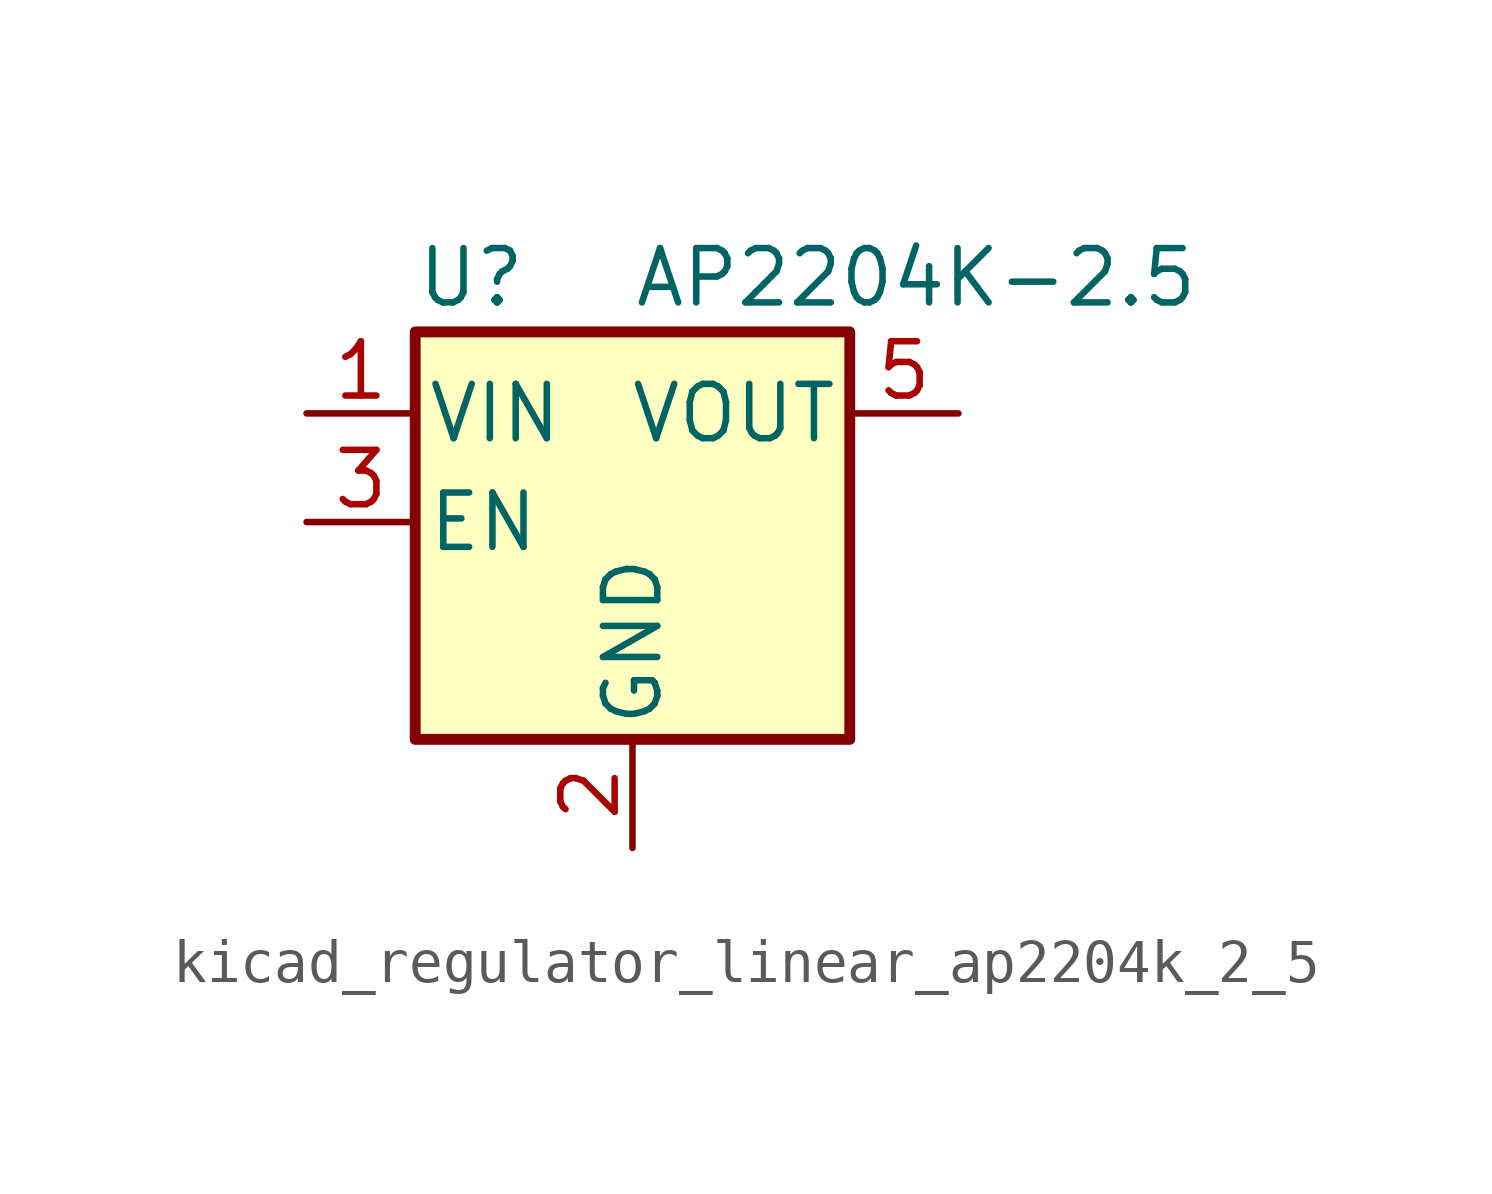
<source format=kicad_sym>
(kicad_symbol_lib
  (version 20220914)
  (generator kicad_symbol_editor)
  (symbol "kicad_regulator_linear_ap2204k_2_5"
    (pin_names
      (offset 0.254))
    (property "Reference" "U"
      (at -5.08 5.715 0)
      (effects (font (size 1.27 1.27)) (justify left)))
    (property "Value" "AP2204K-2.5"
      (at 0 5.715 0)
      (effects (font (size 1.27 1.27)) (justify left)))
    (symbol "kicad_regulator_linear_ap2204k_2_5_0_1"
      (rectangle (start -5.08 4.445) (end 5.08 -5.08) (stroke (width 0.254) (type default)) (fill (type background))))
    (symbol "kicad_regulator_linear_ap2204k_2_5_1_1"
      (pin power_in line (at -7.62 2.54 0) (length 2.54) (name "VIN" (effects (font (size 1.27 1.27)))) (number "1" (effects (font (size 1.27 1.27)))))
      (pin power_in line (at 0 -7.62 90) (length 2.54) (name "GND" (effects (font (size 1.27 1.27)))) (number "2" (effects (font (size 1.27 1.27)))))
      (pin input line (at -7.62 0 0) (length 2.54) (name "EN" (effects (font (size 1.27 1.27)))) (number "3" (effects (font (size 1.27 1.27)))))
      (pin no_connect line (at 5.08 0 180) (length 2.54) hide (name "NC" (effects (font (size 1.27 1.27)))) (number "4" (effects (font (size 1.27 1.27)))))
      (pin power_out line (at 7.62 2.54 180) (length 2.54) (name "VOUT" (effects (font (size 1.27 1.27)))) (number "5" (effects (font (size 1.27 1.27))))))))
</source>
